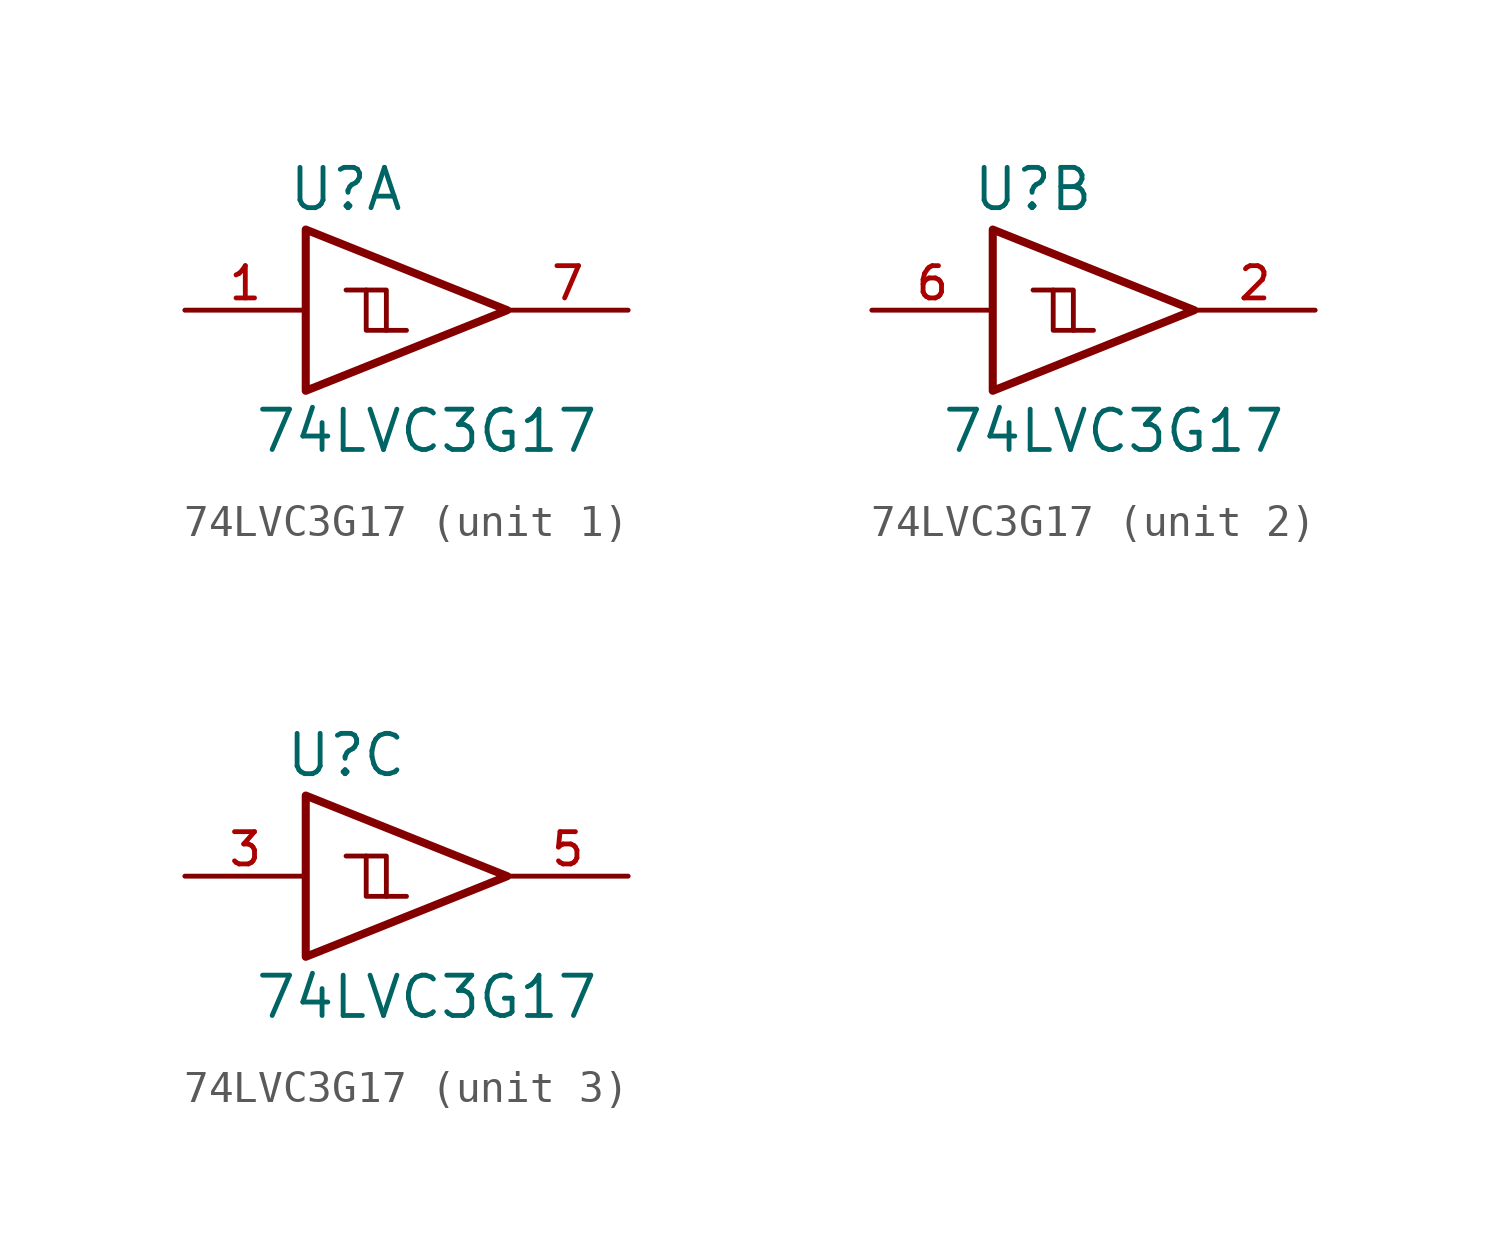
<source format=kicad_sym>
(kicad_symbol_lib
  (version 20211014)
  (generator kicad_symbol_editor)
  (symbol "74LVC3G17"
    (pin_names
      (offset 1.016))
    (property "Reference" "U"
      (at -2.54 3.81 0)
      (effects (font (size 1.27 1.27))))
    (property "Value" "74LVC3G17"
      (at 0 -3.81 0)
      (effects (font (size 1.27 1.27))))
    (symbol "74LVC3G17_0_1"
      (polyline (pts (xy -1.905 0.635) (xy -1.27 0.635) (xy -1.27 -0.635)) (stroke (width 0) (type default) (color 0 0 0 0)) (fill (type none)))
      (polyline (pts (xy -3.81 2.54) (xy -3.81 -2.54) (xy 2.54 0) (xy -3.81 2.54)) (stroke (width 0.254) (type default) (color 0 0 0 0)) (fill (type none)))
      (polyline (pts (xy -2.54 0.635) (xy -1.905 0.635) (xy -1.905 -0.635) (xy -0.635 -0.635)) (stroke (width 0) (type default) (color 0 0 0 0)) (fill (type none)))
      (pin power_in line (at 0 -2.54 270) (length 0) hide (name "GND" (effects (font (size 1.016 1.016)))) (number "4" (effects (font (size 1.016 1.016)))))
      (pin power_in line (at 0 2.54 90) (length 0) hide (name "+3V3" (effects (font (size 1.016 1.016)))) (number "8" (effects (font (size 1.016 1.016))))))
    (symbol "74LVC3G17_1_1"
      (pin input line (at -7.62 0 0) (length 3.81) (name "~" (effects (font (size 1.016 1.016)))) (number "1" (effects (font (size 1.016 1.016)))))
      (pin output line (at 6.35 0 180) (length 3.81) (name "~" (effects (font (size 1.016 1.016)))) (number "7" (effects (font (size 1.016 1.016))))))
    (symbol "74LVC3G17_2_1"
      (pin output line (at 6.35 0 180) (length 3.81) (name "~" (effects (font (size 1.016 1.016)))) (number "2" (effects (font (size 1.016 1.016)))))
      (pin input line (at -7.62 0 0) (length 3.81) (name "~" (effects (font (size 1.016 1.016)))) (number "6" (effects (font (size 1.016 1.016))))))
    (symbol "74LVC3G17_3_1"
      (pin input line (at -7.62 0 0) (length 3.81) (name "~" (effects (font (size 1.016 1.016)))) (number "3" (effects (font (size 1.016 1.016)))))
      (pin output line (at 6.35 0 180) (length 3.81) (name "~" (effects (font (size 1.016 1.016)))) (number "5" (effects (font (size 1.016 1.016))))))))
</source>
